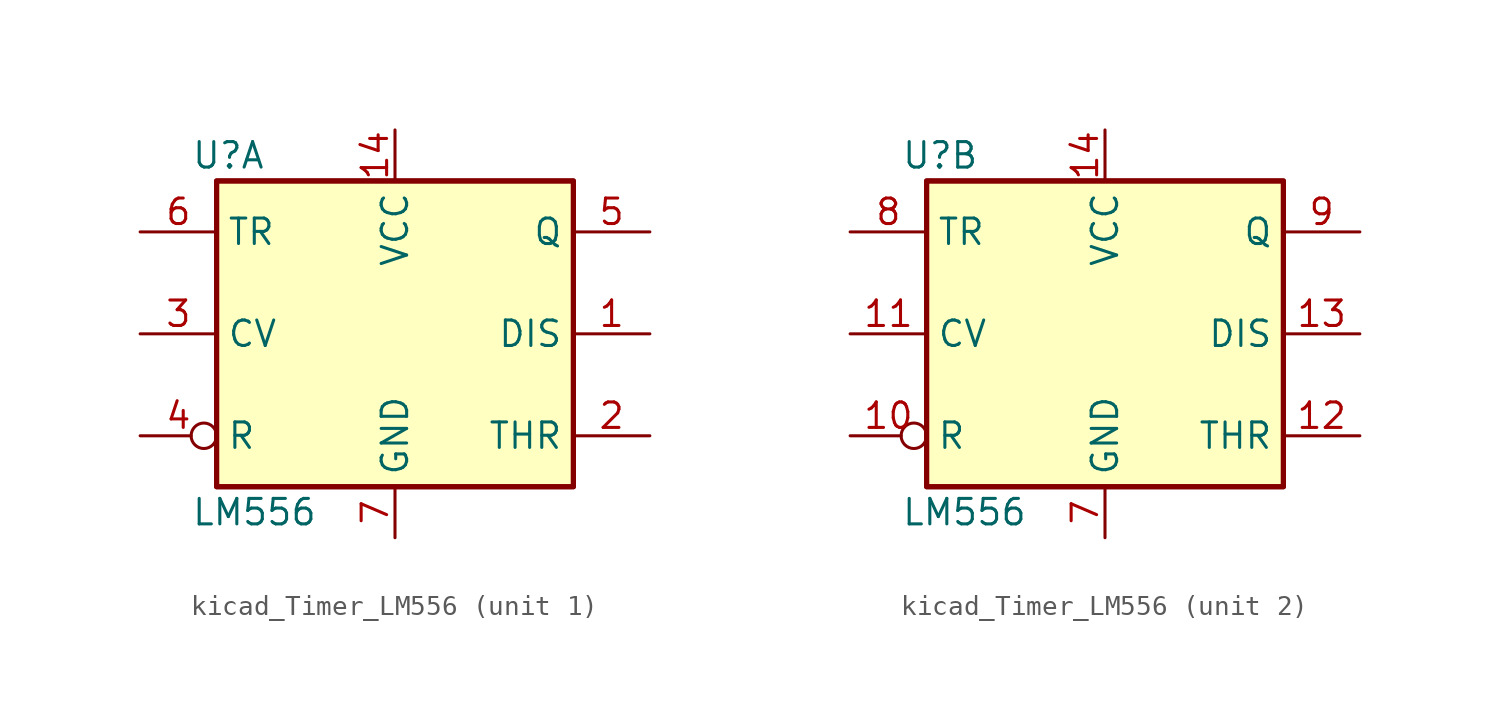
<source format=kicad_sym>
(kicad_symbol_lib
  (version 20220914)
  (generator kicad_symbol_editor)
  (symbol "kicad_Timer_LM556"
    (property "Reference" "U"
      (at -10.16 8.89 0)
      (effects (font (size 1.27 1.27)) (justify left)))
    (property "Value" "LM556"
      (at -10.16 -8.89 0)
      (effects (font (size 1.27 1.27)) (justify left)))
    (symbol "kicad_Timer_LM556_0_0"
      (pin power_in line (at 0 10.16 270) (length 2.54) (name "VCC" (effects (font (size 1.27 1.27)))) (number "14" (effects (font (size 1.27 1.27)))))
      (pin power_in line (at 0 -10.16 90) (length 2.54) (name "GND" (effects (font (size 1.27 1.27)))) (number "7" (effects (font (size 1.27 1.27))))))
    (symbol "kicad_Timer_LM556_0_1"
      (rectangle (start -8.89 -7.62) (end 8.89 7.62) (stroke (width 0.254) (type default)) (fill (type background)))
      (rectangle (start -8.89 -7.62) (end 8.89 7.62) (stroke (width 0.254) (type default)) (fill (type background))))
    (symbol "kicad_Timer_LM556_1_1"
      (pin input line (at 12.7 0 180) (length 3.81) (name "DIS" (effects (font (size 1.27 1.27)))) (number "1" (effects (font (size 1.27 1.27)))))
      (pin input line (at 12.7 -5.08 180) (length 3.81) (name "THR" (effects (font (size 1.27 1.27)))) (number "2" (effects (font (size 1.27 1.27)))))
      (pin input line (at -12.7 0 0) (length 3.81) (name "CV" (effects (font (size 1.27 1.27)))) (number "3" (effects (font (size 1.27 1.27)))))
      (pin input inverted (at -12.7 -5.08 0) (length 3.81) (name "R" (effects (font (size 1.27 1.27)))) (number "4" (effects (font (size 1.27 1.27)))))
      (pin output line (at 12.7 5.08 180) (length 3.81) (name "Q" (effects (font (size 1.27 1.27)))) (number "5" (effects (font (size 1.27 1.27)))))
      (pin input line (at -12.7 5.08 0) (length 3.81) (name "TR" (effects (font (size 1.27 1.27)))) (number "6" (effects (font (size 1.27 1.27))))))
    (symbol "kicad_Timer_LM556_2_1"
      (pin input inverted (at -12.7 -5.08 0) (length 3.81) (name "R" (effects (font (size 1.27 1.27)))) (number "10" (effects (font (size 1.27 1.27)))))
      (pin input line (at -12.7 0 0) (length 3.81) (name "CV" (effects (font (size 1.27 1.27)))) (number "11" (effects (font (size 1.27 1.27)))))
      (pin input line (at 12.7 -5.08 180) (length 3.81) (name "THR" (effects (font (size 1.27 1.27)))) (number "12" (effects (font (size 1.27 1.27)))))
      (pin input line (at 12.7 0 180) (length 3.81) (name "DIS" (effects (font (size 1.27 1.27)))) (number "13" (effects (font (size 1.27 1.27)))))
      (pin input line (at -12.7 5.08 0) (length 3.81) (name "TR" (effects (font (size 1.27 1.27)))) (number "8" (effects (font (size 1.27 1.27)))))
      (pin output line (at 12.7 5.08 180) (length 3.81) (name "Q" (effects (font (size 1.27 1.27)))) (number "9" (effects (font (size 1.27 1.27))))))))
</source>
